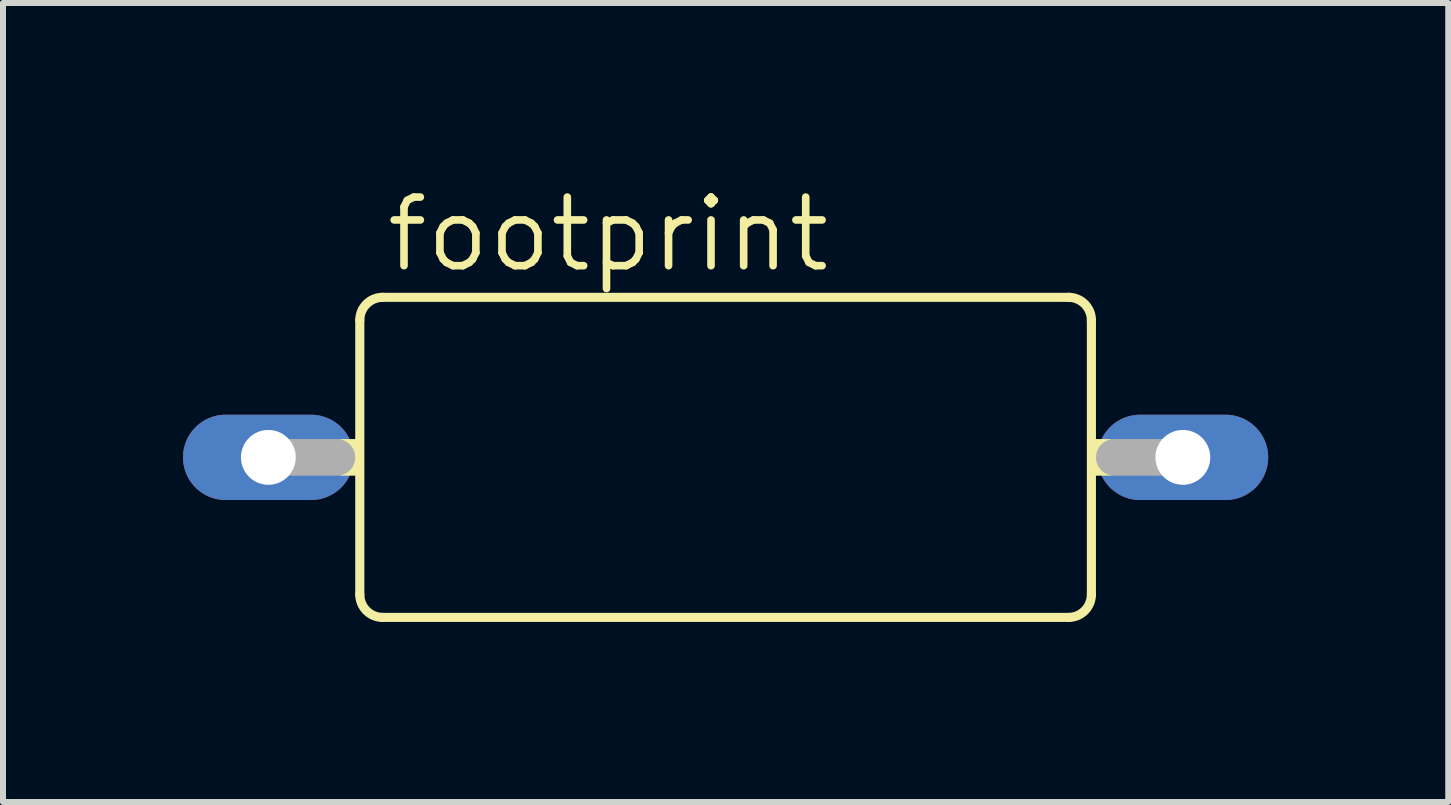
<source format=kicad_pcb>
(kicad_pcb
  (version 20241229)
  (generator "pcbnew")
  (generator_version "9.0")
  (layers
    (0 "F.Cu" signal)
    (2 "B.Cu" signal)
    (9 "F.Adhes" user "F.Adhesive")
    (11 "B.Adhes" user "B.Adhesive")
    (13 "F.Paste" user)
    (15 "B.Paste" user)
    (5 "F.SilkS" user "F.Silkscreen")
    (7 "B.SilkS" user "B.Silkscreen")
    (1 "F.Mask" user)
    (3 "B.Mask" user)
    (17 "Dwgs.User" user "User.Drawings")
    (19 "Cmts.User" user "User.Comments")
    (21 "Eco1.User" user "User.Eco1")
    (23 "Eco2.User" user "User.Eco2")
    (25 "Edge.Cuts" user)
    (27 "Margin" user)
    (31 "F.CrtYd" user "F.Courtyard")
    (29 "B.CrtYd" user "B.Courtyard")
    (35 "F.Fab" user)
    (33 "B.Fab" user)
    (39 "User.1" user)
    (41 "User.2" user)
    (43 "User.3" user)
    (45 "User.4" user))
  (footprint "footprint"
    (layer "F.Cu")
    (at 9.042 4.572)
    (property "Reference" "footprint" (at -5.715 -3.048 0) (layer "F.SilkS") (effects (font (size 1.143 1.143) (thickness 0.127)) (justify left bottom)))
    (fp_line (start -6.096 -2.286) (end -6.096 2.286) (stroke (width 0.152) (type solid)) (layer "F.SilkS"))
    (fp_line (start -5.715 -2.667) (end 5.715 -2.667) (stroke (width 0.152) (type solid)) (layer "F.SilkS"))
    (fp_line (start 5.715 2.667) (end -5.715 2.667) (stroke (width 0.152) (type solid)) (layer "F.SilkS"))
    (fp_line (start 6.096 -2.286) (end 6.096 2.286) (stroke (width 0.152) (type solid)) (layer "F.SilkS"))
    (fp_arc (start -6.096 -2.286) (mid -5.984408 -2.555408) (end -5.715 -2.667) (stroke (width 0.1524) (type solid)) (layer "F.SilkS"))
    (fp_arc (start -5.715 2.667) (mid -5.984408 2.555408) (end -6.096 2.286) (stroke (width 0.1524) (type solid)) (layer "F.SilkS"))
    (fp_arc (start 5.715 -2.667) (mid 5.984408 -2.555408) (end 6.096 -2.286) (stroke (width 0.1524) (type solid)) (layer "F.SilkS"))
    (fp_arc (start 6.096 2.286) (mid 5.984408 2.555408) (end 5.715 2.667) (stroke (width 0.1524) (type solid)) (layer "F.SilkS"))
    (fp_poly (pts (xy -6.426 0.305) (xy -6.096 0.305) (xy -6.096 -0.305) (xy -6.426 -0.305)) (stroke (width 0) (type solid)) (fill yes) (layer "F.SilkS"))
    (fp_poly (pts (xy 6.096 0.305) (xy 6.426 0.305) (xy 6.426 -0.305) (xy 6.096 -0.305)) (stroke (width 0) (type solid)) (fill yes) (layer "F.SilkS"))
    (fp_line (start -6.477 0) (end -7.62 0) (stroke (width 0.61) (type solid)) (layer "F.Fab"))
    (fp_line (start 7.62 0) (end 6.477 0) (stroke (width 0.61) (type solid)) (layer "F.Fab"))
    (pad "1" thru_hole oval (at -7.62 0) (size 2.845 1.422) (drill 0.914) (layers "*.Cu" "*.Mask"))
    (pad "2" thru_hole oval (at 7.62 0) (size 2.845 1.422) (drill 0.914) (layers "*.Cu" "*.Mask")))
  (gr_rect
    (start -3 -3)
    (end 21.085 10.315)
    (stroke (width 0.1) (type default))
    (fill no)
    (layer "Edge.Cuts")))
</source>
